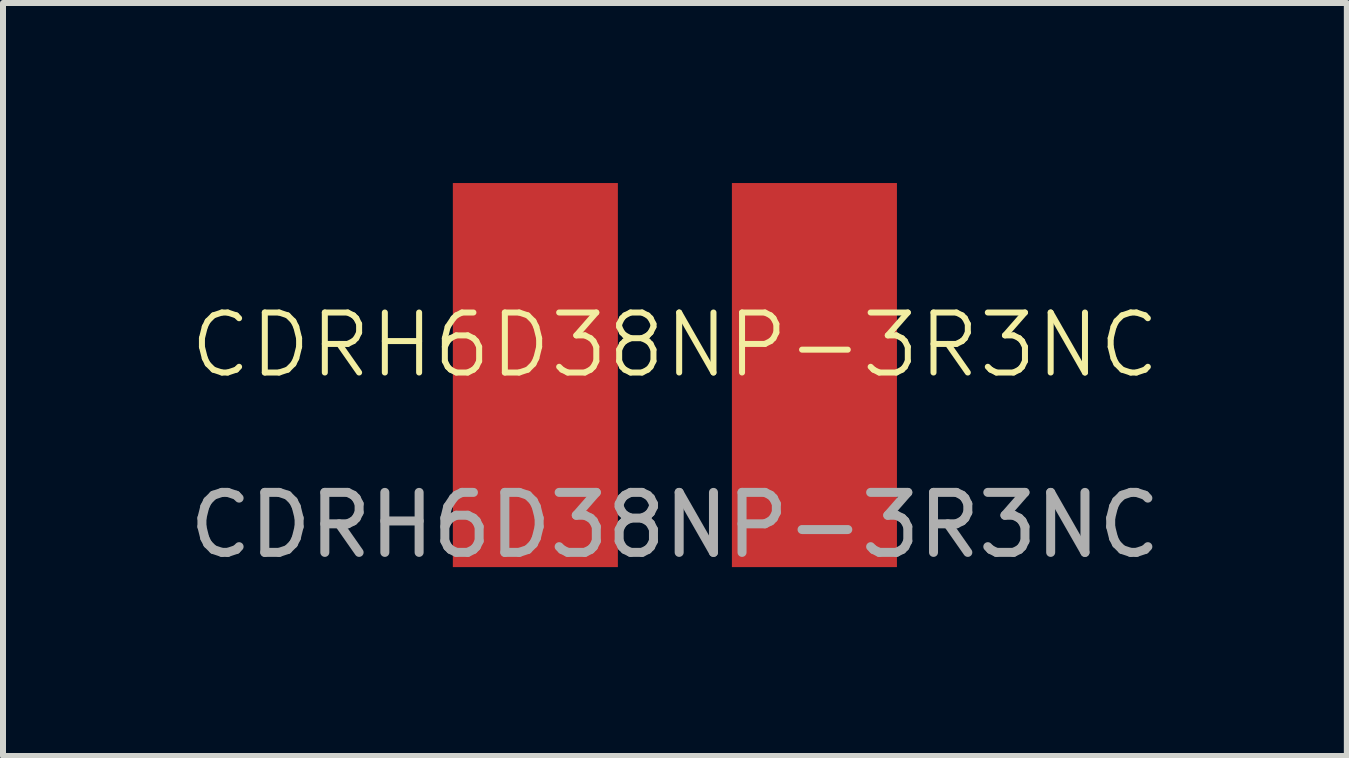
<source format=kicad_pcb>
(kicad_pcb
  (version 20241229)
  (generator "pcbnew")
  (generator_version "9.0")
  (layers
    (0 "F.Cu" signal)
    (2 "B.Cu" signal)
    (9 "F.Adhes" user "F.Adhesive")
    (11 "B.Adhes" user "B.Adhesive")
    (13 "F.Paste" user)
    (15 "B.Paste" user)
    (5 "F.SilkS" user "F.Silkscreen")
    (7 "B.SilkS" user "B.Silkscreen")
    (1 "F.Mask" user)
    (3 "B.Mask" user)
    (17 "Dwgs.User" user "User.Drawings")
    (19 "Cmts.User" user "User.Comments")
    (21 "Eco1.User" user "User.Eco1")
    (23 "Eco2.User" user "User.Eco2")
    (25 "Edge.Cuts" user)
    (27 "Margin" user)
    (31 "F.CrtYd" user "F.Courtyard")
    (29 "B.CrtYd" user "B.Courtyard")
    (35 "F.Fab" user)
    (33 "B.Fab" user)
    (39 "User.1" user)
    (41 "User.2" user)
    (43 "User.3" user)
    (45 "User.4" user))
  (footprint "CDRH6D38NP-3R3NC"
    (layer "F.Cu")
    (at 8.196 3.2)
    (property "Reference" "CDRH6D38NP-3R3NC" (at 0 -0.5 0) (unlocked yes) (layer "F.SilkS") (effects (font (size 1 1) (thickness 0.1))))
    (attr smd)
    (fp_text user "${REFERENCE}" (at 0 2.5 0) (unlocked yes) (layer "F.Fab") (effects (font (size 1 1) (thickness 0.15))))
    (pad "1" smd rect (at -2.325 0) (size 2.75 6.4) (layers "F.Cu" "F.Mask" "F.Paste"))
    (pad "2" smd rect (at 2.325 0) (size 2.75 6.4) (layers "F.Cu" "F.Mask" "F.Paste")))
  (gr_rect
    (start -3 -3)
    (end 19.393 9.548)
    (stroke (width 0.1) (type default))
    (fill no)
    (layer "Edge.Cuts")))
</source>
